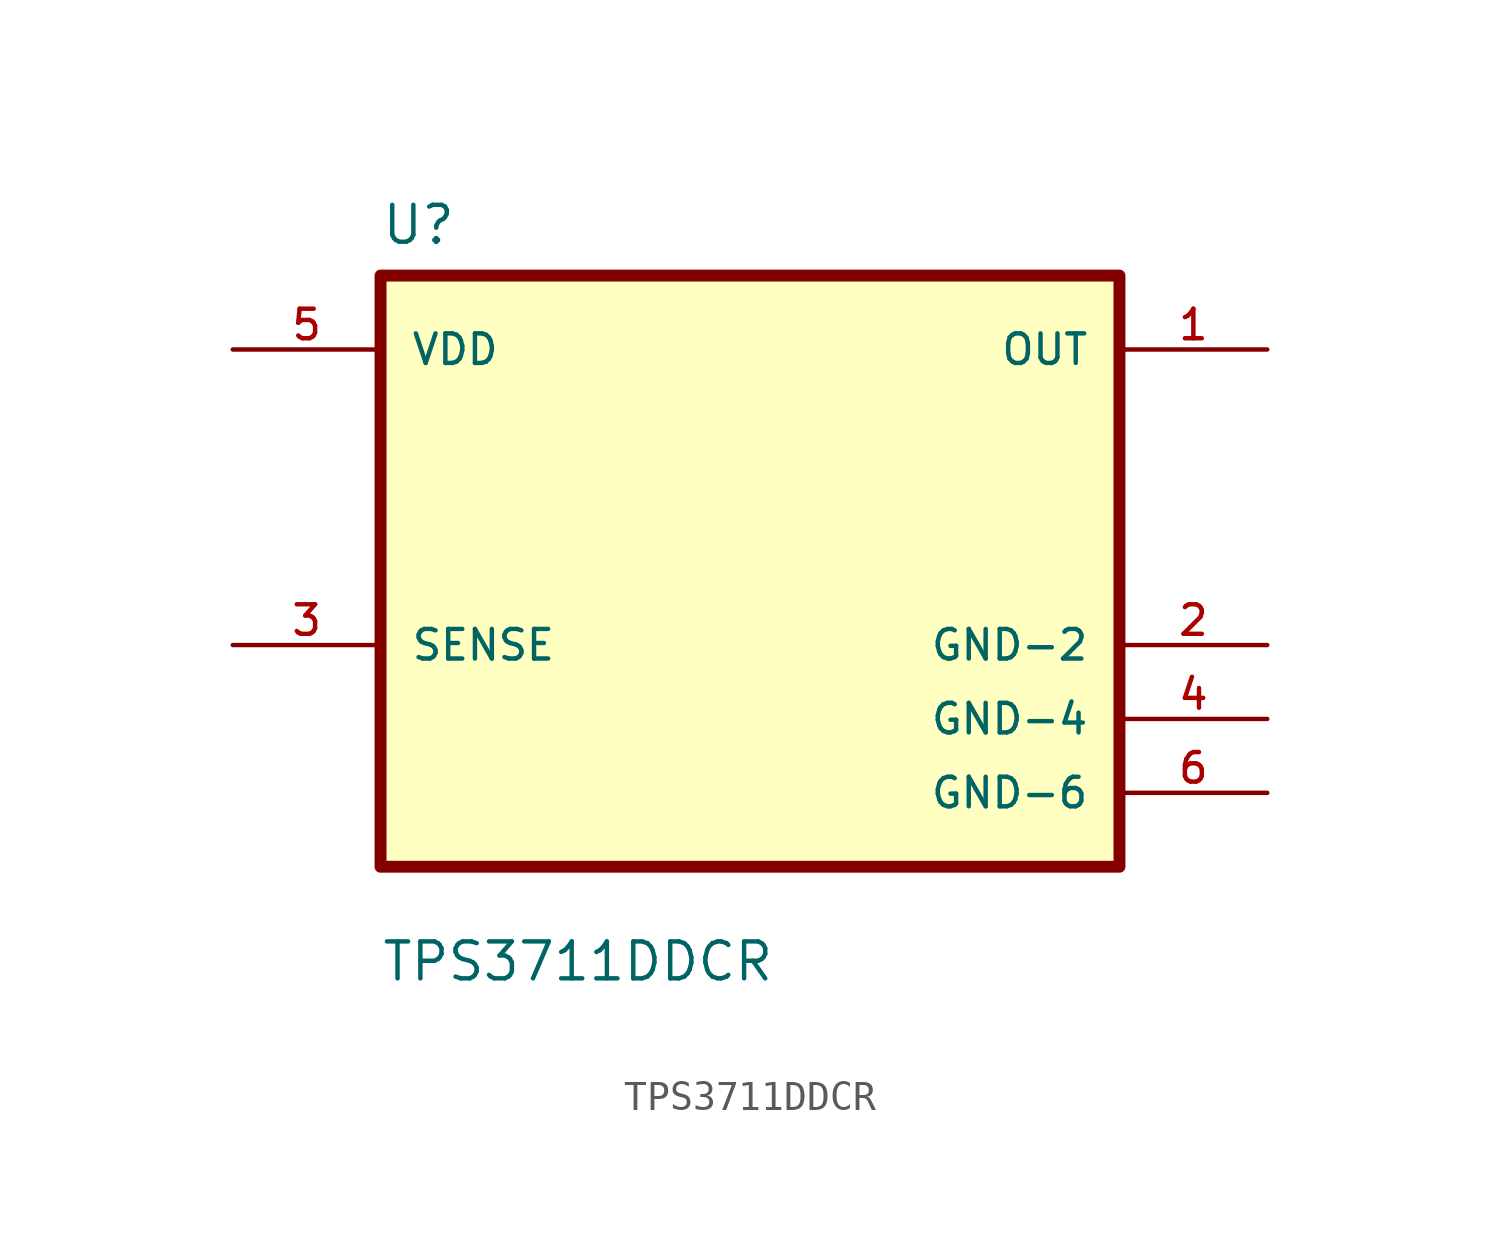
<source format=kicad_sym>
(kicad_symbol_lib
  (version 20241209)
  (generator "kicad_symbol_editor")
  (generator_version "9.0")
  (symbol "TPS3711DDCR"
    (pin_names
      (offset 1.016))
    (property "Reference" "U"
      (at -12.7 11.16 0)
      (effects (font (size 1.27 1.27)) (justify left bottom)))
    (property "Value" "TPS3711DDCR"
      (at -12.7 -14.16 0)
      (effects (font (size 1.27 1.27)) (justify left bottom)))
    (symbol "TPS3711DDCR_0_0"
      (rectangle (start -12.7 -10.16) (end 12.7 10.16) (stroke (width 0.41) (type default)) (fill (type background)))
      (pin input line (at -17.78 7.62 0) (length 5.08) (name "VDD" (effects (font (size 1.016 1.016)))) (number "5" (effects (font (size 1.016 1.016)))))
      (pin input line (at -17.78 -2.54 0) (length 5.08) (name "SENSE" (effects (font (size 1.016 1.016)))) (number "3" (effects (font (size 1.016 1.016)))))
      (pin output line (at 17.78 7.62 180) (length 5.08) (name "OUT" (effects (font (size 1.016 1.016)))) (number "1" (effects (font (size 1.016 1.016)))))
      (pin power_in line (at 17.78 -2.54 180) (length 5.08) (name "GND-2" (effects (font (size 1.016 1.016)))) (number "2" (effects (font (size 1.016 1.016)))))
      (pin power_in line (at 17.78 -5.08 180) (length 5.08) (name "GND-4" (effects (font (size 1.016 1.016)))) (number "4" (effects (font (size 1.016 1.016)))))
      (pin power_in line (at 17.78 -7.62 180) (length 5.08) (name "GND-6" (effects (font (size 1.016 1.016)))) (number "6" (effects (font (size 1.016 1.016))))))))
</source>
